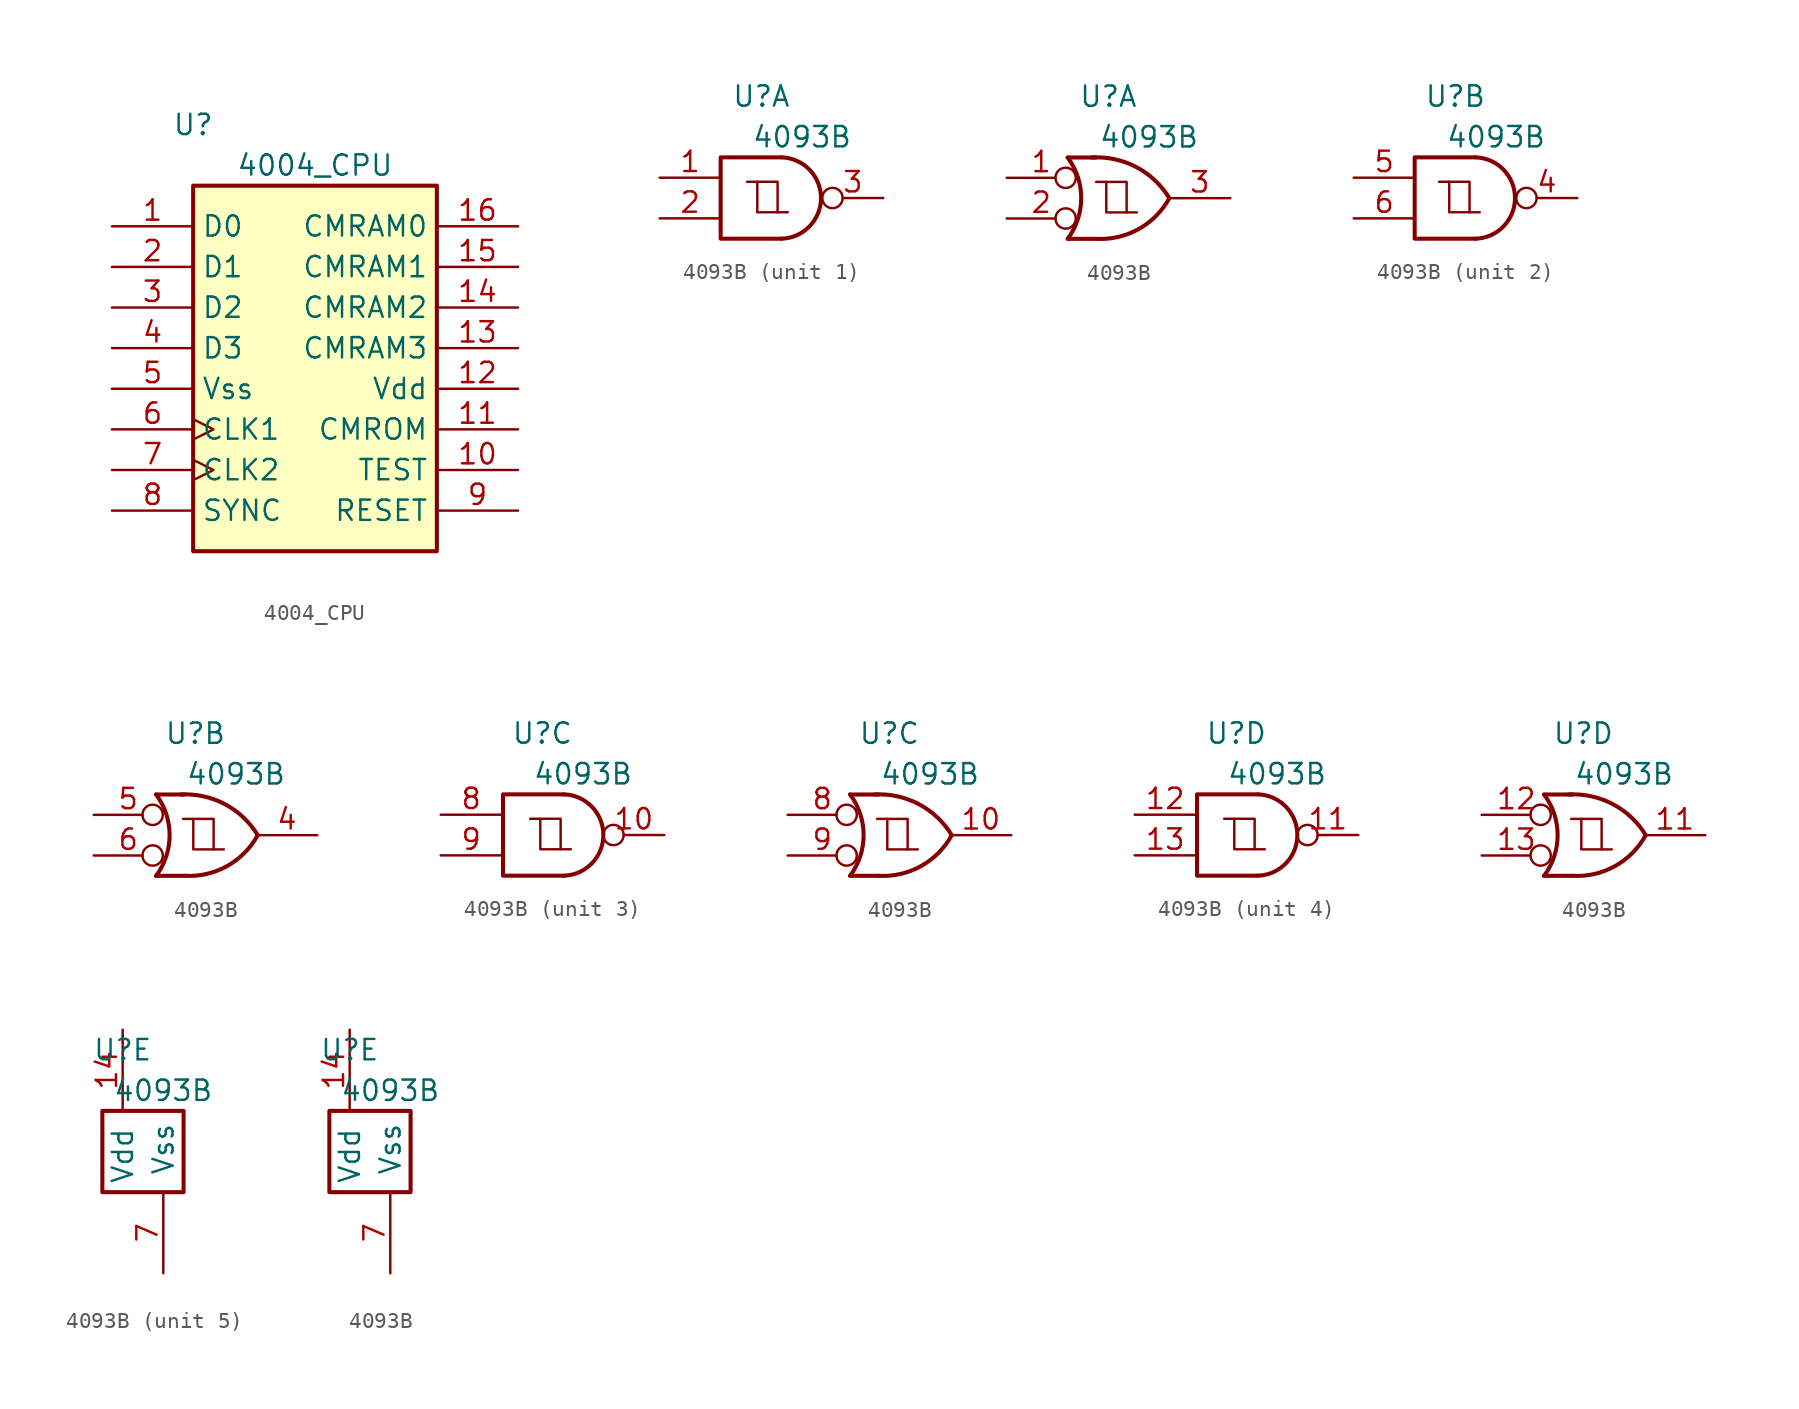
<source format=kicad_sym>
(kicad_symbol_lib
  (version 20220914)
  (generator kicad_symbol_editor)
  (symbol "4004_CPU"
    (property "Reference" "U"
      (at -7.62 13.97 0)
      (effects (font (size 1.27 1.27))))
    (property "Value" "4004_CPU"
      (at 0 11.43 0)
      (effects (font (size 1.27 1.27))))
    (symbol "4004_CPU_1_0"
      (pin bidirectional line (at -12.7 7.62 0) (length 5.08) (name "D0" (effects (font (size 1.27 1.27)))) (number "1" (effects (font (size 1.27 1.27)))))
      (pin input line (at 12.7 -7.62 180) (length 5.08) (name "TEST" (effects (font (size 1.27 1.27)))) (number "10" (effects (font (size 1.27 1.27)))))
      (pin output line (at 12.7 -5.08 180) (length 5.08) (name "CMROM" (effects (font (size 1.27 1.27)))) (number "11" (effects (font (size 1.27 1.27)))))
      (pin power_in line (at 12.7 -2.54 180) (length 5.08) (name "Vdd" (effects (font (size 1.27 1.27)))) (number "12" (effects (font (size 1.27 1.27)))))
      (pin output line (at 12.7 0 180) (length 5.08) (name "CMRAM3" (effects (font (size 1.27 1.27)))) (number "13" (effects (font (size 1.27 1.27)))))
      (pin output line (at 12.7 2.54 180) (length 5.08) (name "CMRAM2" (effects (font (size 1.27 1.27)))) (number "14" (effects (font (size 1.27 1.27)))))
      (pin output line (at 12.7 5.08 180) (length 5.08) (name "CMRAM1" (effects (font (size 1.27 1.27)))) (number "15" (effects (font (size 1.27 1.27)))))
      (pin output line (at 12.7 7.62 180) (length 5.08) (name "CMRAM0" (effects (font (size 1.27 1.27)))) (number "16" (effects (font (size 1.27 1.27)))))
      (pin bidirectional line (at -12.7 5.08 0) (length 5.08) (name "D1" (effects (font (size 1.27 1.27)))) (number "2" (effects (font (size 1.27 1.27)))))
      (pin bidirectional line (at -12.7 2.54 0) (length 5.08) (name "D2" (effects (font (size 1.27 1.27)))) (number "3" (effects (font (size 1.27 1.27)))))
      (pin bidirectional line (at -12.7 0 0) (length 5.08) (name "D3" (effects (font (size 1.27 1.27)))) (number "4" (effects (font (size 1.27 1.27)))))
      (pin power_in line (at -12.7 -2.54 0) (length 5.08) (name "Vss" (effects (font (size 1.27 1.27)))) (number "5" (effects (font (size 1.27 1.27)))))
      (pin input clock (at -12.7 -5.08 0) (length 5.08) (name "CLK1" (effects (font (size 1.27 1.27)))) (number "6" (effects (font (size 1.27 1.27)))))
      (pin input clock (at -12.7 -7.62 0) (length 5.08) (name "CLK2" (effects (font (size 1.27 1.27)))) (number "7" (effects (font (size 1.27 1.27)))))
      (pin output line (at -12.7 -10.16 0) (length 5.08) (name "SYNC" (effects (font (size 1.27 1.27)))) (number "8" (effects (font (size 1.27 1.27)))))
      (pin input line (at 12.7 -10.16 180) (length 5.08) (name "RESET" (effects (font (size 1.27 1.27)))) (number "9" (effects (font (size 1.27 1.27))))))
    (symbol "4004_CPU_1_1"
      (rectangle (start -7.62 10.16) (end 7.62 -12.7) (stroke (width 0.254) (type default)) (fill (type background)))))
  (symbol "4093B"
    (pin_names
      (offset 1.016))
    (property "Reference" "U"
      (at -1.27 6.35 0)
      (effects (font (size 1.27 1.27))))
    (property "Value" "4093B"
      (at 1.27 3.81 0)
      (effects (font (size 1.27 1.27))))
    (property "ki_locked" ""
      (at 0 0 0)
      (effects (font (size 1.27 1.27))))
    (symbol "4093B_1_1"
      (arc (start 0 -2.54) (mid 2.4571 0) (end 0 2.54) (stroke (width 0.254) (type default)) (fill (type none)))
      (polyline (pts (xy -2.159 1.016) (xy -0.254 1.016) (xy -0.254 -0.889)) (stroke (width 0) (type default)) (fill (type none)))
      (polyline (pts (xy -1.524 1.016) (xy -1.524 -0.889) (xy 0.381 -0.889)) (stroke (width 0) (type default)) (fill (type none)))
      (polyline (pts (xy 0 2.54) (xy -3.81 2.54) (xy -3.81 -2.54) (xy 0 -2.54)) (stroke (width 0.254) (type default)) (fill (type none)))
      (pin input line (at -7.62 1.27 0) (length 3.81) (name "~" (effects (font (size 1.27 1.27)))) (number "1" (effects (font (size 1.27 1.27)))))
      (pin input line (at -7.62 -1.27 0) (length 3.81) (name "~" (effects (font (size 1.27 1.27)))) (number "2" (effects (font (size 1.27 1.27)))))
      (pin output inverted (at 6.35 0 180) (length 3.81) (name "~" (effects (font (size 1.27 1.27)))) (number "3" (effects (font (size 1.27 1.27))))))
    (symbol "4093B_1_2"
      (arc (start -3.81 -2.54) (mid -2.964 0) (end -3.81 2.54) (stroke (width 0.254) (type default)) (fill (type none)))
      (arc (start -2.032 -2.54) (mid 0.6219 -1.9322) (end 2.54 0) (stroke (width 0.254) (type default)) (fill (type none)))
      (polyline (pts (xy -3.81 -2.54) (xy -2.032 -2.54)) (stroke (width 0.254) (type default)) (fill (type none)))
      (polyline (pts (xy -3.81 2.54) (xy -2.032 2.54)) (stroke (width 0.254) (type default)) (fill (type none)))
      (polyline (pts (xy -2.032 1.016) (xy -0.127 1.016) (xy -0.127 -0.889)) (stroke (width 0) (type default)) (fill (type none)))
      (polyline (pts (xy -1.397 1.016) (xy -1.397 -0.889) (xy 0.508 -0.889)) (stroke (width 0) (type default)) (fill (type none)))
      (polyline (pts (xy -1.27 2.54) (xy -3.81 2.54) (xy -3.175 1.27) (xy -2.794 0) (xy -3.175 -1.27) (xy -3.81 -2.54) (xy -1.27 -2.54)) (stroke (width -0.0001) (type default)) (fill (type none)))
      (arc (start 2.54 0) (mid 0.4797 1.9402) (end -2.286 2.54) (stroke (width 0.254) (type default)) (fill (type none)))
      (pin input inverted (at -7.62 1.27 0) (length 4.318) (name "~" (effects (font (size 1.27 1.27)))) (number "1" (effects (font (size 1.27 1.27)))))
      (pin input inverted (at -7.62 -1.27 0) (length 4.318) (name "~" (effects (font (size 1.27 1.27)))) (number "2" (effects (font (size 1.27 1.27)))))
      (pin output line (at 6.35 0 180) (length 3.81) (name "~" (effects (font (size 1.27 1.27)))) (number "3" (effects (font (size 1.27 1.27))))))
    (symbol "4093B_2_1"
      (arc (start 0 -2.54) (mid 2.4571 0) (end 0 2.54) (stroke (width 0.254) (type default)) (fill (type none)))
      (polyline (pts (xy -2.286 1.016) (xy -0.381 1.016) (xy -0.381 -0.889)) (stroke (width 0) (type default)) (fill (type none)))
      (polyline (pts (xy -1.651 1.016) (xy -1.651 -0.889) (xy 0.254 -0.889)) (stroke (width 0) (type default)) (fill (type none)))
      (polyline (pts (xy 0 2.54) (xy -3.81 2.54) (xy -3.81 -2.54) (xy 0 -2.54)) (stroke (width 0.254) (type default)) (fill (type none)))
      (pin output inverted (at 6.35 0 180) (length 3.81) (name "~" (effects (font (size 1.27 1.27)))) (number "4" (effects (font (size 1.27 1.27)))))
      (pin input line (at -7.62 1.27 0) (length 3.81) (name "~" (effects (font (size 1.27 1.27)))) (number "5" (effects (font (size 1.27 1.27)))))
      (pin input line (at -7.62 -1.27 0) (length 3.81) (name "~" (effects (font (size 1.27 1.27)))) (number "6" (effects (font (size 1.27 1.27))))))
    (symbol "4093B_2_2"
      (arc (start -3.722 -2.54) (mid -2.876 0) (end -3.722 2.54) (stroke (width 0.254) (type default)) (fill (type none)))
      (arc (start -1.944 -2.54) (mid 0.7099 -1.9322) (end 2.628 0) (stroke (width 0.254) (type default)) (fill (type none)))
      (polyline (pts (xy -3.722 -2.54) (xy -1.944 -2.54)) (stroke (width 0.254) (type default)) (fill (type none)))
      (polyline (pts (xy -3.722 2.54) (xy -1.944 2.54)) (stroke (width 0.254) (type default)) (fill (type none)))
      (polyline (pts (xy -2.032 1.016) (xy -0.127 1.016) (xy -0.127 -0.889)) (stroke (width 0) (type default)) (fill (type none)))
      (polyline (pts (xy -1.397 1.016) (xy -1.397 -0.889) (xy 0.508 -0.889)) (stroke (width 0) (type default)) (fill (type none)))
      (polyline (pts (xy -1.182 2.54) (xy -3.722 2.54) (xy -3.087 1.27) (xy -2.706 0) (xy -3.087 -1.27) (xy -3.722 -2.54) (xy -1.182 -2.54)) (stroke (width -0.0001) (type default)) (fill (type none)))
      (arc (start 2.628 0) (mid 0.5677 1.9402) (end -2.198 2.54) (stroke (width 0.254) (type default)) (fill (type none)))
      (pin output line (at 6.35 0 180) (length 3.81) (name "~" (effects (font (size 1.27 1.27)))) (number "4" (effects (font (size 1.27 1.27)))))
      (pin input inverted (at -7.62 1.27 0) (length 4.318) (name "~" (effects (font (size 1.27 1.27)))) (number "5" (effects (font (size 1.27 1.27)))))
      (pin input inverted (at -7.62 -1.27 0) (length 4.318) (name "~" (effects (font (size 1.27 1.27)))) (number "6" (effects (font (size 1.27 1.27))))))
    (symbol "4093B_3_1"
      (polyline (pts (xy -2.032 1.016) (xy -0.127 1.016) (xy -0.127 -0.889)) (stroke (width 0) (type default)) (fill (type none)))
      (polyline (pts (xy -1.397 1.016) (xy -1.397 -0.889) (xy 0.508 -0.889)) (stroke (width 0) (type default)) (fill (type none)))
      (polyline (pts (xy 0.084 2.54) (xy -3.726 2.54) (xy -3.726 -2.54) (xy 0.084 -2.54)) (stroke (width 0.254) (type default)) (fill (type none)))
      (arc (start 0.0843 -2.54) (mid 2.5414 0) (end 0.0843 2.54) (stroke (width 0.254) (type default)) (fill (type none)))
      (pin output inverted (at 6.35 0 180) (length 3.81) (name "~" (effects (font (size 1.27 1.27)))) (number "10" (effects (font (size 1.27 1.27)))))
      (pin input line (at -7.62 1.27 0) (length 3.81) (name "~" (effects (font (size 1.27 1.27)))) (number "8" (effects (font (size 1.27 1.27)))))
      (pin input line (at -7.62 -1.27 0) (length 3.81) (name "~" (effects (font (size 1.27 1.27)))) (number "9" (effects (font (size 1.27 1.27))))))
    (symbol "4093B_3_2"
      (arc (start -3.722 -2.54) (mid -2.876 0) (end -3.722 2.54) (stroke (width 0.254) (type default)) (fill (type none)))
      (arc (start -1.944 -2.54) (mid 0.7099 -1.9322) (end 2.628 0) (stroke (width 0.254) (type default)) (fill (type none)))
      (polyline (pts (xy -3.722 -2.54) (xy -1.944 -2.54)) (stroke (width 0.254) (type default)) (fill (type none)))
      (polyline (pts (xy -3.722 2.54) (xy -1.944 2.54)) (stroke (width 0.254) (type default)) (fill (type none)))
      (polyline (pts (xy -2.032 1.016) (xy -0.127 1.016) (xy -0.127 -0.889)) (stroke (width 0) (type default)) (fill (type none)))
      (polyline (pts (xy -1.397 1.016) (xy -1.397 -0.889) (xy 0.508 -0.889)) (stroke (width 0) (type default)) (fill (type none)))
      (polyline (pts (xy -1.182 2.54) (xy -3.722 2.54) (xy -3.087 1.27) (xy -2.706 0) (xy -3.087 -1.27) (xy -3.722 -2.54) (xy -1.182 -2.54)) (stroke (width -0.0001) (type default)) (fill (type none)))
      (arc (start 2.628 0) (mid 0.5677 1.9402) (end -2.198 2.54) (stroke (width 0.254) (type default)) (fill (type none)))
      (pin output line (at 6.35 0 180) (length 3.81) (name "~" (effects (font (size 1.27 1.27)))) (number "10" (effects (font (size 1.27 1.27)))))
      (pin input inverted (at -7.62 1.27 0) (length 4.318) (name "~" (effects (font (size 1.27 1.27)))) (number "8" (effects (font (size 1.27 1.27)))))
      (pin input inverted (at -7.62 -1.27 0) (length 4.318) (name "~" (effects (font (size 1.27 1.27)))) (number "9" (effects (font (size 1.27 1.27))))))
    (symbol "4093B_4_1"
      (polyline (pts (xy -2.032 1.016) (xy -0.127 1.016) (xy -0.127 -0.889)) (stroke (width 0) (type default)) (fill (type none)))
      (polyline (pts (xy -1.397 1.016) (xy -1.397 -0.889) (xy 0.508 -0.889)) (stroke (width 0) (type default)) (fill (type none)))
      (polyline (pts (xy 0.084 2.54) (xy -3.726 2.54) (xy -3.726 -2.54) (xy 0.084 -2.54)) (stroke (width 0.254) (type default)) (fill (type none)))
      (arc (start 0.0843 -2.54) (mid 2.5414 0) (end 0.0843 2.54) (stroke (width 0.254) (type default)) (fill (type none)))
      (pin output inverted (at 6.35 0 180) (length 3.81) (name "~" (effects (font (size 1.27 1.27)))) (number "11" (effects (font (size 1.27 1.27)))))
      (pin input line (at -7.62 1.27 0) (length 3.81) (name "~" (effects (font (size 1.27 1.27)))) (number "12" (effects (font (size 1.27 1.27)))))
      (pin input line (at -7.62 -1.27 0) (length 3.81) (name "~" (effects (font (size 1.27 1.27)))) (number "13" (effects (font (size 1.27 1.27))))))
    (symbol "4093B_4_2"
      (arc (start -3.722 -2.54) (mid -2.876 0) (end -3.722 2.54) (stroke (width 0.254) (type default)) (fill (type none)))
      (arc (start -1.944 -2.54) (mid 0.7099 -1.9322) (end 2.628 0) (stroke (width 0.254) (type default)) (fill (type none)))
      (polyline (pts (xy -3.722 -2.54) (xy -1.944 -2.54)) (stroke (width 0.254) (type default)) (fill (type none)))
      (polyline (pts (xy -3.722 2.54) (xy -1.944 2.54)) (stroke (width 0.254) (type default)) (fill (type none)))
      (polyline (pts (xy -2.032 1.016) (xy -0.127 1.016) (xy -0.127 -0.889)) (stroke (width 0) (type default)) (fill (type none)))
      (polyline (pts (xy -1.397 1.016) (xy -1.397 -0.889) (xy 0.508 -0.889)) (stroke (width 0) (type default)) (fill (type none)))
      (polyline (pts (xy -1.182 2.54) (xy -3.722 2.54) (xy -3.087 1.27) (xy -2.706 0) (xy -3.087 -1.27) (xy -3.722 -2.54) (xy -1.182 -2.54)) (stroke (width -0.0001) (type default)) (fill (type none)))
      (arc (start 2.628 0) (mid 0.5677 1.9402) (end -2.198 2.54) (stroke (width 0.254) (type default)) (fill (type none)))
      (pin output line (at 6.35 0 180) (length 3.81) (name "~" (effects (font (size 1.27 1.27)))) (number "11" (effects (font (size 1.27 1.27)))))
      (pin input inverted (at -7.62 1.27 0) (length 4.318) (name "~" (effects (font (size 1.27 1.27)))) (number "12" (effects (font (size 1.27 1.27)))))
      (pin input inverted (at -7.62 -1.27 0) (length 4.318) (name "~" (effects (font (size 1.27 1.27)))) (number "13" (effects (font (size 1.27 1.27))))))
    (symbol "4093B_5_0"
      (rectangle (start -2.54 2.54) (end 2.54 -2.54) (stroke (width 0.254) (type default)) (fill (type none)))
      (pin power_in line (at -1.27 7.62 270) (length 5.08) (name "Vdd" (effects (font (size 1.27 1.27)))) (number "14" (effects (font (size 1.27 1.27)))))
      (pin power_in line (at 1.27 -7.62 90) (length 5.08) (name "Vss" (effects (font (size 1.27 1.27)))) (number "7" (effects (font (size 1.27 1.27))))))))
</source>
